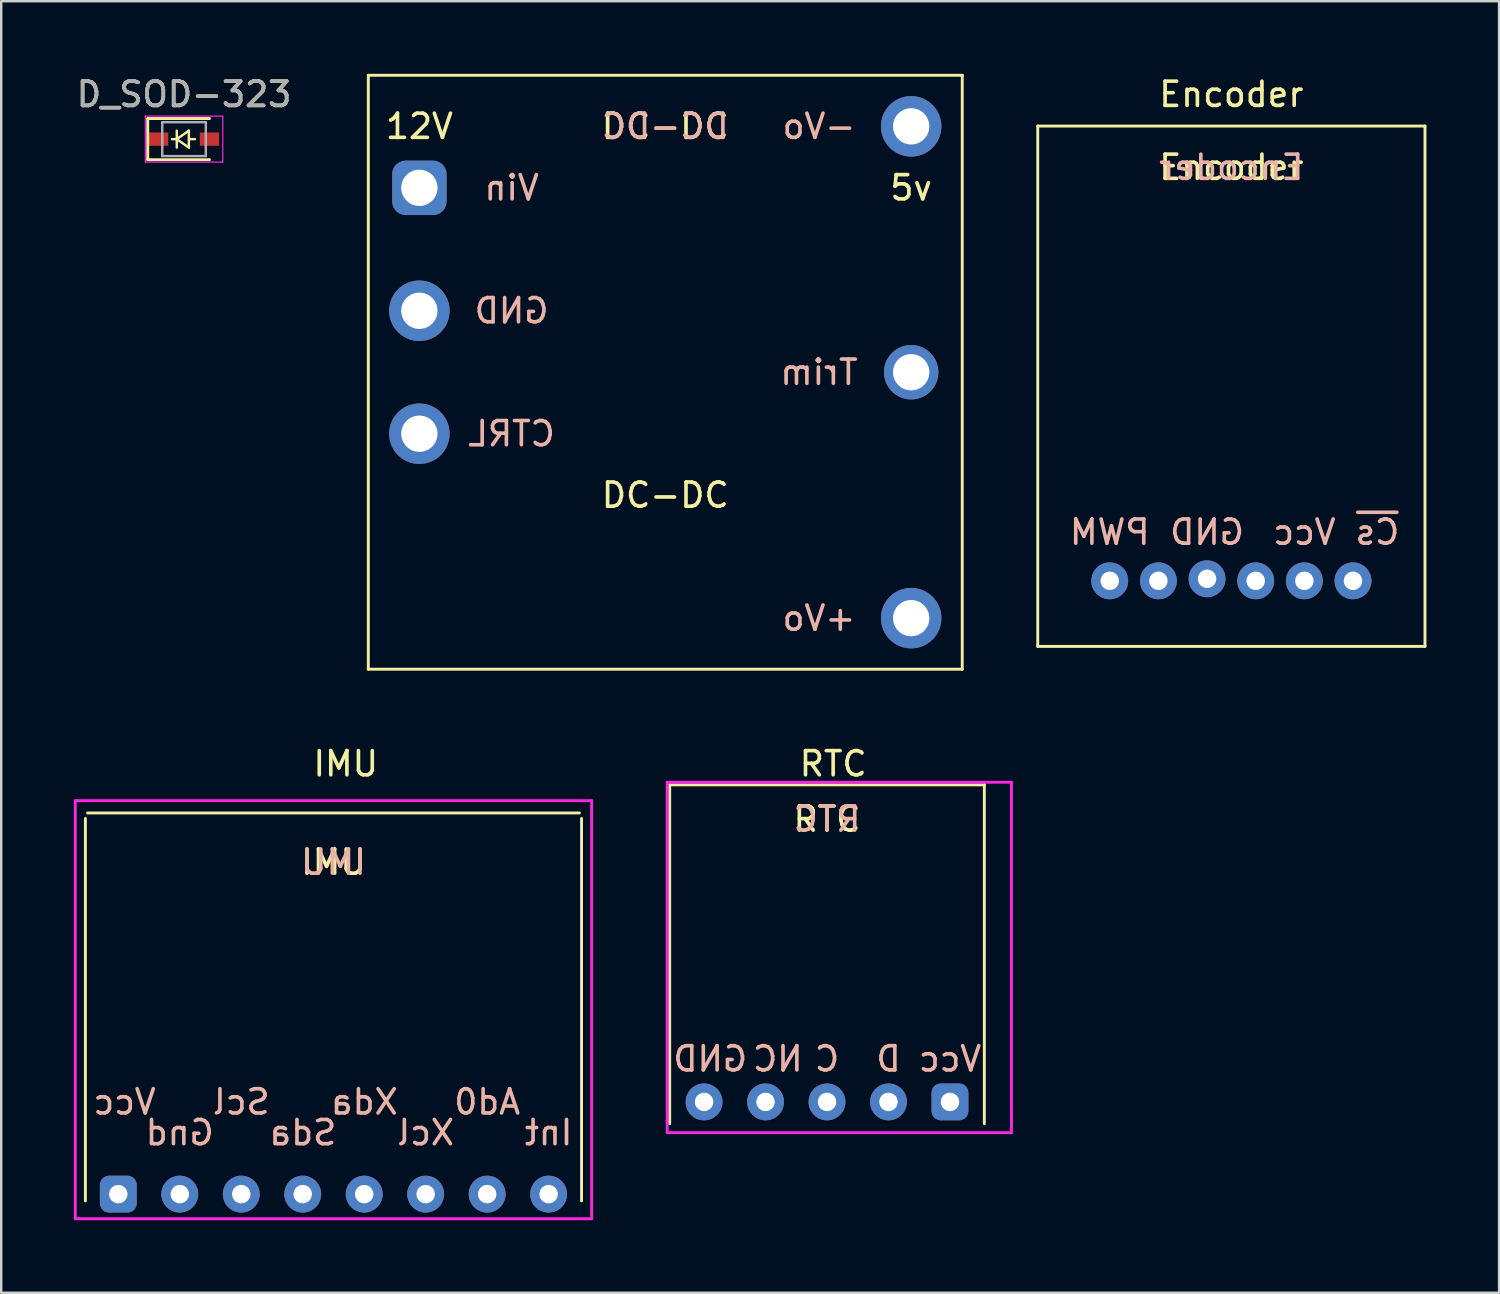
<source format=kicad_pcb>
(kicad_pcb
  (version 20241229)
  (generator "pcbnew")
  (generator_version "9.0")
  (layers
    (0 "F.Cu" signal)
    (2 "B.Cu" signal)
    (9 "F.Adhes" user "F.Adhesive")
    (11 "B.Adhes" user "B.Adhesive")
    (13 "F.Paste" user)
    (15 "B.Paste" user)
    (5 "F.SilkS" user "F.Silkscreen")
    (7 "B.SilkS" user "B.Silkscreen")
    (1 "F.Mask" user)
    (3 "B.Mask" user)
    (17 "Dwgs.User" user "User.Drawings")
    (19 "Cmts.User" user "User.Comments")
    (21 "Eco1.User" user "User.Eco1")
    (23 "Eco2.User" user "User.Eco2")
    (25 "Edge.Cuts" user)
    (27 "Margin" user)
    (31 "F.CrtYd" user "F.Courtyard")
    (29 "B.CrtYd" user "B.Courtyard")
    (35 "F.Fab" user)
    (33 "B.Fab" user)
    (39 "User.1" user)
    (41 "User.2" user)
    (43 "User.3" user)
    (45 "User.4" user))
  (footprint "RTC"
    (layer "F.Cu")
    (at 31.12 36.128)
    (property "Reference" "RTC" (at 0.254 -7.62 0) (layer "F.SilkS") (effects (font (size 1 1) (thickness 0.15))))
    (attr through_hole)
    (fp_line (start -6.5 -6.75) (end -6.5 7.25) (stroke (width 0.12) (type solid)) (layer "F.SilkS"))
    (fp_line (start -6.5 -6.75) (end 6.5 -6.75) (stroke (width 0.12) (type solid)) (layer "F.SilkS"))
    (fp_line (start 6.5 7.25) (end 6.5 -6.75) (stroke (width 0.12) (type solid)) (layer "F.SilkS"))
    (fp_line (start -6.604 -6.858) (end -6.604 7.112) (stroke (width 0.12) (type solid)) (layer "F.CrtYd"))
    (fp_line (start -6.604 7.62) (end -6.604 7.112) (stroke (width 0.12) (type solid)) (layer "F.CrtYd"))
    (fp_line (start -6.604 7.62) (end 7.62 7.62) (stroke (width 0.12) (type solid)) (layer "F.CrtYd"))
    (fp_line (start 7.62 -6.858) (end -6.604 -6.858) (stroke (width 0.12) (type solid)) (layer "F.CrtYd"))
    (fp_line (start 7.62 7.112) (end 7.62 -6.858) (stroke (width 0.12) (type solid)) (layer "F.CrtYd"))
    (fp_line (start 7.62 7.112) (end 7.62 7.62) (stroke (width 0.12) (type solid)) (layer "F.CrtYd"))
    (fp_text user "RTC" (at 0 -5.334 0) (layer "F.SilkS") (effects (font (size 1 1) (thickness 0.15))))
    (fp_text user "NC" (at -2.032 4.572 0) (layer "B.SilkS") (effects (font (size 1 1) (thickness 0.15)) (justify mirror)))
    (fp_text user "RTC" (at 0 -5.334 0) (layer "B.SilkS") (effects (font (size 1 1) (thickness 0.15)) (justify mirror)))
    (fp_text user "Vcc" (at 5.08 4.572 0) (layer "B.SilkS") (effects (font (size 1 1) (thickness 0.15)) (justify mirror)))
    (fp_text user "GND" (at -4.826 4.572 0) (layer "B.SilkS") (effects (font (size 1 1) (thickness 0.15)) (justify mirror)))
    (fp_text user "D" (at 2.54 4.572 0) (layer "B.SilkS") (effects (font (size 1 1) (thickness 0.15)) (justify mirror)))
    (fp_text user "C" (at 0 4.572 0) (layer "B.SilkS") (effects (font (size 1 1) (thickness 0.15)) (justify mirror)))
    (pad "1" thru_hole circle (at -5.08 6.35) (size 1.524 1.524) (drill 0.762) (layers "*.Cu" "*.Mask"))
    (pad "2" thru_hole circle (at -2.54 6.35) (size 1.524 1.524) (drill 0.762) (layers "*.Cu" "*.Mask"))
    (pad "3" thru_hole circle (at 0 6.35) (size 1.524 1.524) (drill 0.762) (layers "*.Cu" "*.Mask"))
    (pad "4" thru_hole circle (at 2.54 6.35) (size 1.524 1.524) (drill 0.762) (layers "*.Cu" "*.Mask"))
    (pad "5" thru_hole roundrect (at 5.08 6.35) (size 1.524 1.524) (drill 0.762) (layers "*.Cu" "*.Mask") (roundrect_rratio 0.25)))
  (footprint "DC-DC"
    (layer "F.Cu")
    (at 24.437 12.33)
    (property "Reference" "DC-DC" (at 0 5.08 0) (layer "F.SilkS") (effects (font (size 1 1) (thickness 0.15))))
    (attr through_hole)
    (fp_line (start -12.27 -12.27) (end -12.27 12.27) (stroke (width 0.12) (type solid)) (layer "F.SilkS"))
    (fp_line (start -12.27 -12.27) (end 12.27 -12.27) (stroke (width 0.12) (type solid)) (layer "F.SilkS"))
    (fp_line (start 12.27 12.27) (end -12.27 12.27) (stroke (width 0.12) (type solid)) (layer "F.SilkS"))
    (fp_line (start 12.27 12.27) (end 12.27 -12.27) (stroke (width 0.12) (type solid)) (layer "F.SilkS"))
    (fp_text user "5v" (at 10.16 -7.62 0) (layer "F.SilkS") (effects (font (size 1 1) (thickness 0.15))))
    (fp_text user "12V" (at -10.16 -10.16 0) (layer "F.SilkS") (effects (font (size 1 1) (thickness 0.15))))
    (fp_text user "DC-DC" (at 0 -10.16 0) (layer "F.SilkS") (effects (font (size 1 1) (thickness 0.15))))
    (fp_text user "Vin" (at -6.35 -7.62 0) (layer "B.SilkS") (effects (font (size 1 1) (thickness 0.15)) (justify mirror)))
    (fp_text user "GND" (at -6.35 -2.54 0) (layer "B.SilkS") (effects (font (size 1 1) (thickness 0.15)) (justify mirror)))
    (fp_text user "CTRL" (at -6.35 2.54 0) (layer "B.SilkS") (effects (font (size 1 1) (thickness 0.15)) (justify mirror)))
    (fp_text user "-Vo" (at 6.35 -10.16 0) (layer "B.SilkS") (effects (font (size 1 1) (thickness 0.15)) (justify mirror)))
    (fp_text user "DC-DC" (at 0 -10.16 0) (layer "B.SilkS") (effects (font (size 1 1) (thickness 0.15)) (justify mirror)))
    (fp_text user "Trim" (at 6.35 0 0) (layer "B.SilkS") (effects (font (size 1 1) (thickness 0.15)) (justify mirror)))
    (fp_text user "+Vo" (at 6.35 10.16 0) (layer "B.SilkS") (effects (font (size 1 1) (thickness 0.15)) (justify mirror)))
    (pad "1" thru_hole roundrect (at -10.16 -7.62) (size 2.25 2.25) (drill 1.5) (layers "*.Cu" "*.Mask") (roundrect_rratio 0.25))
    (pad "2" thru_hole circle (at -10.16 -2.54) (size 2.5 2.5) (drill 1.5) (layers "*.Cu" "*.Mask"))
    (pad "3" thru_hole circle (at -10.16 2.54) (size 2.5 2.5) (drill 1.5) (layers "*.Cu" "*.Mask"))
    (pad "4" thru_hole circle (at 10.16 10.16) (size 2.5 2.5) (drill 1.5) (layers "*.Cu" "*.Mask"))
    (pad "5" thru_hole circle (at 10.16 0) (size 2.25 2.25) (drill 1.5) (layers "*.Cu" "*.Mask"))
    (pad "6" thru_hole circle (at 10.16 -10.16) (size 2.5 2.5) (drill 1.5) (layers "*.Cu" "*.Mask")))
  (footprint "Encoder"
    (layer "F.Cu")
    (at 47.827 12.908)
    (property "Reference" "Encoder" (at 0 -12.06 0) (layer "F.SilkS") (effects (font (size 1 1) (thickness 0.15))))
    (attr through_hole)
    (fp_line (start -8 -10.75) (end -8 10.75) (stroke (width 0.12) (type solid)) (layer "F.SilkS"))
    (fp_line (start -8 -10.75) (end 8 -10.75) (stroke (width 0.12) (type solid)) (layer "F.SilkS"))
    (fp_line (start 8 -10.75) (end 8 10.75) (stroke (width 0.12) (type solid)) (layer "F.SilkS"))
    (fp_line (start 8 10.75) (end -8 10.75) (stroke (width 0.12) (type solid)) (layer "F.SilkS"))
    (fp_text user "Encoder" (at 0 -9.045 0) (layer "F.SilkS") (effects (font (size 1 1) (thickness 0.15))))
    (fp_text user "PWM" (at -5.025 6.03 0) (layer "B.SilkS") (effects (font (size 1 1) (thickness 0.15)) (justify mirror)))
    (fp_text user "~{Cs}" (at 6.03 6.03 0) (layer "B.SilkS") (effects (font (size 1 1) (thickness 0.15)) (justify mirror)))
    (fp_text user "Vcc" (at 3.015 6.03 0) (layer "B.SilkS") (effects (font (size 1 1) (thickness 0.15)) (justify mirror)))
    (fp_text user "GND" (at -1.005 6.03 0) (layer "B.SilkS") (effects (font (size 1 1) (thickness 0.15)) (justify mirror)))
    (fp_text user "Encoder" (at 0 -9.045 0) (layer "B.SilkS") (effects (font (size 1 1) (thickness 0.15)) (justify mirror)))
    (pad "1" thru_hole circle (at -5.025 8.04) (size 1.524 1.524) (drill 0.762) (layers "*.Cu" "*.Mask"))
    (pad "2" thru_hole circle (at -3.015 8.04) (size 1.524 1.524) (drill 0.762) (layers "*.Cu" "*.Mask"))
    (pad "3" thru_hole circle (at -1.005 7.956) (size 1.524 1.524) (drill 0.762) (layers "*.Cu" "*.Mask"))
    (pad "4" thru_hole circle (at 1.005 8.04) (size 1.524 1.524) (drill 0.762) (layers "*.Cu" "*.Mask"))
    (pad "5" thru_hole circle (at 3.015 8.04) (size 1.524 1.524) (drill 0.762) (layers "*.Cu" "*.Mask"))
    (pad "6" thru_hole circle (at 5.025 8.04) (size 1.524 1.524) (drill 0.762) (layers "*.Cu" "*.Mask")))
  (footprint "IMU"
    (layer "F.Cu")
    (at 10.728 38.668)
    (property "Reference" "IMU" (at 0.508 -10.16 0) (layer "F.SilkS") (effects (font (size 1 1) (thickness 0.15))))
    (attr through_hole)
    (fp_line (start -10.25 -7.9) (end -10.25 7.9) (stroke (width 0.12) (type solid)) (layer "F.SilkS"))
    (fp_line (start -10.16 -8.128) (end 10.16 -8.128) (stroke (width 0.12) (type solid)) (layer "F.SilkS"))
    (fp_line (start 10.25 7.9) (end 10.25 -7.9) (stroke (width 0.12) (type solid)) (layer "F.SilkS"))
    (fp_line (start -10.668 -8.636) (end -10.668 8.636) (stroke (width 0.12) (type solid)) (layer "F.CrtYd"))
    (fp_line (start -10.668 8.636) (end 10.668 8.636) (stroke (width 0.12) (type solid)) (layer "F.CrtYd"))
    (fp_line (start 10.668 -8.636) (end -10.668 -8.636) (stroke (width 0.12) (type solid)) (layer "F.CrtYd"))
    (fp_line (start 10.668 8.636) (end 10.668 -8.636) (stroke (width 0.12) (type solid)) (layer "F.CrtYd"))
    (fp_text user "IMU" (at 0 -6.096 0) (layer "F.SilkS") (effects (font (size 1 1) (thickness 0.15))))
    (fp_text user "Int" (at 8.89 5.08 0) (layer "B.SilkS") (effects (font (size 1 1) (thickness 0.15)) (justify mirror)))
    (fp_text user "Sda" (at -1.27 5.08 0) (layer "B.SilkS") (effects (font (size 1 1) (thickness 0.15)) (justify mirror)))
    (fp_text user "Xcl" (at 3.81 5.08 0) (layer "B.SilkS") (effects (font (size 1 1) (thickness 0.15)) (justify mirror)))
    (fp_text user "Xda" (at 1.27 3.81 0) (layer "B.SilkS") (effects (font (size 1 1) (thickness 0.15)) (justify mirror)))
    (fp_text user "Ad0" (at 6.35 3.81 0) (layer "B.SilkS") (effects (font (size 1 1) (thickness 0.15)) (justify mirror)))
    (fp_text user "Scl" (at -3.81 3.81 0) (layer "B.SilkS") (effects (font (size 1 1) (thickness 0.15)) (justify mirror)))
    (fp_text user "Gnd" (at -6.35 5.08 0) (layer "B.SilkS") (effects (font (size 1 1) (thickness 0.15)) (justify mirror)))
    (fp_text user "Vcc" (at -8.636 3.81 0) (layer "B.SilkS") (effects (font (size 1 1) (thickness 0.15)) (justify mirror)))
    (fp_text user "IMU" (at 0 -6.096 0) (layer "B.SilkS") (effects (font (size 1 1) (thickness 0.15)) (justify mirror)))
    (pad "1" thru_hole roundrect (at -8.89 7.62) (size 1.524 1.524) (drill 0.762) (layers "*.Cu" "*.Mask") (roundrect_rratio 0.25))
    (pad "2" thru_hole circle (at -6.35 7.62) (size 1.524 1.524) (drill 0.762) (layers "*.Cu" "*.Mask"))
    (pad "3" thru_hole circle (at -3.81 7.62) (size 1.524 1.524) (drill 0.762) (layers "*.Cu" "*.Mask"))
    (pad "4" thru_hole circle (at -1.27 7.62) (size 1.524 1.524) (drill 0.762) (layers "*.Cu" "*.Mask"))
    (pad "5" thru_hole circle (at 1.27 7.62) (size 1.524 1.524) (drill 0.762) (layers "*.Cu" "*.Mask"))
    (pad "6" thru_hole circle (at 3.81 7.62) (size 1.524 1.524) (drill 0.762) (layers "*.Cu" "*.Mask"))
    (pad "7" thru_hole circle (at 6.35 7.62) (size 1.524 1.524) (drill 0.762) (layers "*.Cu" "*.Mask"))
    (pad "8" thru_hole circle (at 8.89 7.62) (size 1.524 1.524) (drill 0.762) (layers "*.Cu" "*.Mask")))
  (footprint "D_SOD-323"
    (layer "F.Cu")
    (at 4.554 2.698)
    (property "Reference" "D_SOD-323" (at 0 -1.85 0) (layer "F.SilkS") (effects (font (size 1 1) (thickness 0.15))))
    (attr smd)
    (fp_line (start -1.5 -0.85) (end -1.5 0.85) (stroke (width 0.12) (type solid)) (layer "F.SilkS"))
    (fp_line (start -1.5 -0.85) (end 1.05 -0.85) (stroke (width 0.12) (type solid)) (layer "F.SilkS"))
    (fp_line (start -1.5 0.85) (end 1.05 0.85) (stroke (width 0.12) (type solid)) (layer "F.SilkS"))
    (fp_line (start -0.3 -0.35) (end -0.3 0.35) (stroke (width 0.1) (type solid)) (layer "F.SilkS"))
    (fp_line (start -0.3 0) (end -0.5 0) (stroke (width 0.1) (type solid)) (layer "F.SilkS"))
    (fp_line (start -0.3 0) (end 0.2 -0.35) (stroke (width 0.1) (type solid)) (layer "F.SilkS"))
    (fp_line (start 0.2 -0.35) (end 0.2 0.35) (stroke (width 0.1) (type solid)) (layer "F.SilkS"))
    (fp_line (start 0.2 0) (end 0.45 0) (stroke (width 0.1) (type solid)) (layer "F.SilkS"))
    (fp_line (start 0.2 0.35) (end -0.3 0) (stroke (width 0.1) (type solid)) (layer "F.SilkS"))
    (fp_line (start -1.6 -0.95) (end -1.6 0.95) (stroke (width 0.05) (type solid)) (layer "F.CrtYd"))
    (fp_line (start -1.6 -0.95) (end 1.6 -0.95) (stroke (width 0.05) (type solid)) (layer "F.CrtYd"))
    (fp_line (start -1.6 0.95) (end 1.6 0.95) (stroke (width 0.05) (type solid)) (layer "F.CrtYd"))
    (fp_line (start 1.6 -0.95) (end 1.6 0.95) (stroke (width 0.05) (type solid)) (layer "F.CrtYd"))
    (fp_line (start -0.9 -0.7) (end 0.9 -0.7) (stroke (width 0.1) (type solid)) (layer "F.Fab"))
    (fp_line (start -0.9 0.7) (end -0.9 -0.7) (stroke (width 0.1) (type solid)) (layer "F.Fab"))
    (fp_line (start 0.9 -0.7) (end 0.9 0.7) (stroke (width 0.1) (type solid)) (layer "F.Fab"))
    (fp_line (start 0.9 0.7) (end -0.9 0.7) (stroke (width 0.1) (type solid)) (layer "F.Fab"))
    (fp_text user "${REFERENCE}" (at 0 -1.85 0) (layer "F.Fab") (effects (font (size 1 1) (thickness 0.15))))
    (pad "1" smd rect (at -1.05 0) (size 0.8 0.55) (layers "F.Cu" "F.Mask" "F.Paste"))
    (pad "2" smd rect (at 1.05 0) (size 0.8 0.55) (layers "F.Cu" "F.Mask" "F.Paste")))
  (gr_rect
    (start -3 -3)
    (end 58.887 50.364)
    (stroke (width 0.1) (type default))
    (fill no)
    (layer "Edge.Cuts")))
</source>
